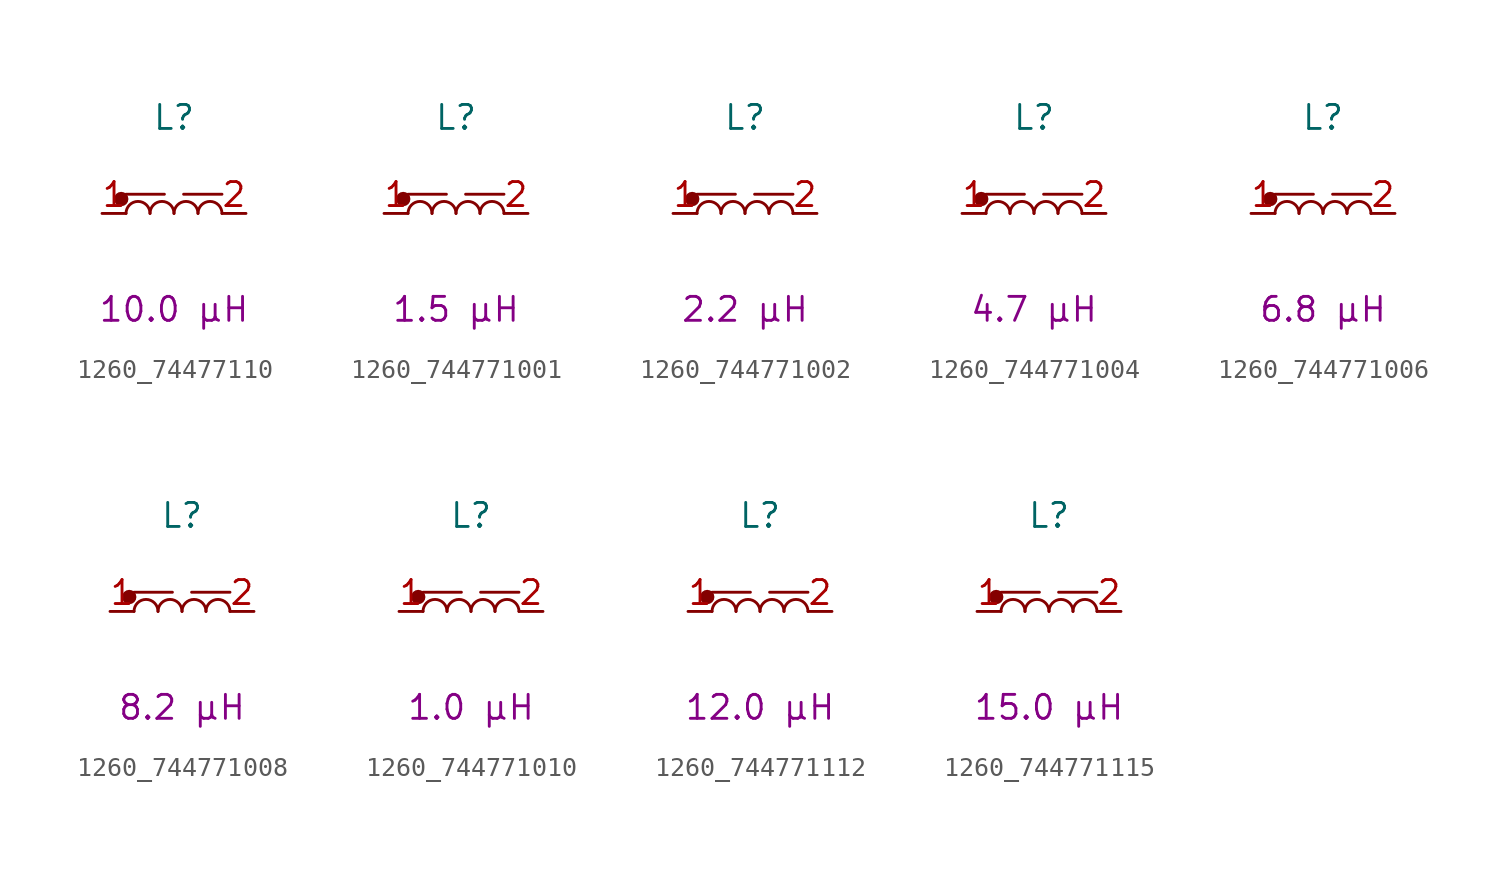
<source format=kicad_sym>
(kicad_symbol_lib
  (version 20220914)
  (generator kicad_symbol_editor)
  (symbol "1260_74477110"
    (pin_names hide)
    (property "Reference" "L"
      (at 0 5.08 0)
      (effects (font (size 1.27 1.27))))
    (property "Critical Parameter" "10.0 µH"
      (at 0 -5.08 0)
      (effects (font (size 1.27 1.27))))
    (symbol "1260_74477110_0_1"
      (arc (start -1.27 0) (mid -1.905 0.6323) (end -2.54 0) (stroke (width 0) (type default)) (fill (type none)))
      (arc (start 0 0) (mid -0.635 0.6323) (end -1.27 0) (stroke (width 0) (type default)) (fill (type none)))
      (polyline (pts (xy -2.54 1.016) (xy -0.508 1.016)) (stroke (width 0) (type default)) (fill (type none)))
      (arc (start 1.27 0) (mid 0.635 0.6323) (end 0 0) (stroke (width 0) (type default)) (fill (type none)))
      (arc (start 2.54 0) (mid 1.905 0.6323) (end 1.27 0) (stroke (width 0) (type default)) (fill (type none))))
    (symbol "1260_74477110_1_1"
      (circle (center -2.794 0.762) (radius 0.0001) (stroke (width 0.381) (type default)) (fill (type none)))
      (polyline (pts (xy 2.54 1.016) (xy 0.508 1.016)) (stroke (width 0) (type default)) (fill (type none)))
      (pin passive line (at -3.81 0 0) (length 1.27) (name "1" (effects (font (size 1.27 1.27)))) (number "1" (effects (font (size 1.27 1.27)))))
      (pin passive line (at 3.81 0 180) (length 1.27) (name "2" (effects (font (size 1.27 1.27)))) (number "2" (effects (font (size 1.27 1.27)))))))
  (symbol "1260_744771001"
    (pin_names hide)
    (property "Reference" "L"
      (at 0 5.08 0)
      (effects (font (size 1.27 1.27))))
    (property "Critical Parameter" "1.5 µH"
      (at 0 -5.08 0)
      (effects (font (size 1.27 1.27))))
    (symbol "1260_744771001_0_1"
      (arc (start -1.27 0) (mid -1.905 0.6323) (end -2.54 0) (stroke (width 0) (type default)) (fill (type none)))
      (arc (start 0 0) (mid -0.635 0.6323) (end -1.27 0) (stroke (width 0) (type default)) (fill (type none)))
      (polyline (pts (xy -2.54 1.016) (xy -0.508 1.016)) (stroke (width 0) (type default)) (fill (type none)))
      (arc (start 1.27 0) (mid 0.635 0.6323) (end 0 0) (stroke (width 0) (type default)) (fill (type none)))
      (arc (start 2.54 0) (mid 1.905 0.6323) (end 1.27 0) (stroke (width 0) (type default)) (fill (type none))))
    (symbol "1260_744771001_1_1"
      (circle (center -2.794 0.762) (radius 0.0001) (stroke (width 0.381) (type default)) (fill (type none)))
      (polyline (pts (xy 2.54 1.016) (xy 0.508 1.016)) (stroke (width 0) (type default)) (fill (type none)))
      (pin passive line (at -3.81 0 0) (length 1.27) (name "1" (effects (font (size 1.27 1.27)))) (number "1" (effects (font (size 1.27 1.27)))))
      (pin passive line (at 3.81 0 180) (length 1.27) (name "2" (effects (font (size 1.27 1.27)))) (number "2" (effects (font (size 1.27 1.27)))))))
  (symbol "1260_744771002"
    (pin_names hide)
    (property "Reference" "L"
      (at 0 5.08 0)
      (effects (font (size 1.27 1.27))))
    (property "Critical Parameter" "2.2 µH"
      (at 0 -5.08 0)
      (effects (font (size 1.27 1.27))))
    (symbol "1260_744771002_0_1"
      (arc (start -1.27 0) (mid -1.905 0.6323) (end -2.54 0) (stroke (width 0) (type default)) (fill (type none)))
      (arc (start 0 0) (mid -0.635 0.6323) (end -1.27 0) (stroke (width 0) (type default)) (fill (type none)))
      (polyline (pts (xy -2.54 1.016) (xy -0.508 1.016)) (stroke (width 0) (type default)) (fill (type none)))
      (arc (start 1.27 0) (mid 0.635 0.6323) (end 0 0) (stroke (width 0) (type default)) (fill (type none)))
      (arc (start 2.54 0) (mid 1.905 0.6323) (end 1.27 0) (stroke (width 0) (type default)) (fill (type none))))
    (symbol "1260_744771002_1_1"
      (circle (center -2.794 0.762) (radius 0.0001) (stroke (width 0.381) (type default)) (fill (type none)))
      (polyline (pts (xy 2.54 1.016) (xy 0.508 1.016)) (stroke (width 0) (type default)) (fill (type none)))
      (pin passive line (at -3.81 0 0) (length 1.27) (name "1" (effects (font (size 1.27 1.27)))) (number "1" (effects (font (size 1.27 1.27)))))
      (pin passive line (at 3.81 0 180) (length 1.27) (name "2" (effects (font (size 1.27 1.27)))) (number "2" (effects (font (size 1.27 1.27)))))))
  (symbol "1260_744771004"
    (pin_names hide)
    (property "Reference" "L"
      (at 0 5.08 0)
      (effects (font (size 1.27 1.27))))
    (property "Critical Parameter" "4.7 µH"
      (at 0 -5.08 0)
      (effects (font (size 1.27 1.27))))
    (symbol "1260_744771004_0_1"
      (arc (start -1.27 0) (mid -1.905 0.6323) (end -2.54 0) (stroke (width 0) (type default)) (fill (type none)))
      (arc (start 0 0) (mid -0.635 0.6323) (end -1.27 0) (stroke (width 0) (type default)) (fill (type none)))
      (polyline (pts (xy -2.54 1.016) (xy -0.508 1.016)) (stroke (width 0) (type default)) (fill (type none)))
      (arc (start 1.27 0) (mid 0.635 0.6323) (end 0 0) (stroke (width 0) (type default)) (fill (type none)))
      (arc (start 2.54 0) (mid 1.905 0.6323) (end 1.27 0) (stroke (width 0) (type default)) (fill (type none))))
    (symbol "1260_744771004_1_1"
      (circle (center -2.794 0.762) (radius 0.0001) (stroke (width 0.381) (type default)) (fill (type none)))
      (polyline (pts (xy 2.54 1.016) (xy 0.508 1.016)) (stroke (width 0) (type default)) (fill (type none)))
      (pin passive line (at -3.81 0 0) (length 1.27) (name "1" (effects (font (size 1.27 1.27)))) (number "1" (effects (font (size 1.27 1.27)))))
      (pin passive line (at 3.81 0 180) (length 1.27) (name "2" (effects (font (size 1.27 1.27)))) (number "2" (effects (font (size 1.27 1.27)))))))
  (symbol "1260_744771006"
    (pin_names hide)
    (property "Reference" "L"
      (at 0 5.08 0)
      (effects (font (size 1.27 1.27))))
    (property "Critical Parameter" "6.8 µH"
      (at 0 -5.08 0)
      (effects (font (size 1.27 1.27))))
    (symbol "1260_744771006_0_1"
      (arc (start -1.27 0) (mid -1.905 0.6323) (end -2.54 0) (stroke (width 0) (type default)) (fill (type none)))
      (arc (start 0 0) (mid -0.635 0.6323) (end -1.27 0) (stroke (width 0) (type default)) (fill (type none)))
      (polyline (pts (xy -2.54 1.016) (xy -0.508 1.016)) (stroke (width 0) (type default)) (fill (type none)))
      (arc (start 1.27 0) (mid 0.635 0.6323) (end 0 0) (stroke (width 0) (type default)) (fill (type none)))
      (arc (start 2.54 0) (mid 1.905 0.6323) (end 1.27 0) (stroke (width 0) (type default)) (fill (type none))))
    (symbol "1260_744771006_1_1"
      (circle (center -2.794 0.762) (radius 0.0001) (stroke (width 0.381) (type default)) (fill (type none)))
      (polyline (pts (xy 2.54 1.016) (xy 0.508 1.016)) (stroke (width 0) (type default)) (fill (type none)))
      (pin passive line (at -3.81 0 0) (length 1.27) (name "1" (effects (font (size 1.27 1.27)))) (number "1" (effects (font (size 1.27 1.27)))))
      (pin passive line (at 3.81 0 180) (length 1.27) (name "2" (effects (font (size 1.27 1.27)))) (number "2" (effects (font (size 1.27 1.27)))))))
  (symbol "1260_744771008"
    (pin_names hide)
    (property "Reference" "L"
      (at 0 5.08 0)
      (effects (font (size 1.27 1.27))))
    (property "Critical Parameter" "8.2 µH"
      (at 0 -5.08 0)
      (effects (font (size 1.27 1.27))))
    (symbol "1260_744771008_0_1"
      (arc (start -1.27 0) (mid -1.905 0.6323) (end -2.54 0) (stroke (width 0) (type default)) (fill (type none)))
      (arc (start 0 0) (mid -0.635 0.6323) (end -1.27 0) (stroke (width 0) (type default)) (fill (type none)))
      (polyline (pts (xy -2.54 1.016) (xy -0.508 1.016)) (stroke (width 0) (type default)) (fill (type none)))
      (arc (start 1.27 0) (mid 0.635 0.6323) (end 0 0) (stroke (width 0) (type default)) (fill (type none)))
      (arc (start 2.54 0) (mid 1.905 0.6323) (end 1.27 0) (stroke (width 0) (type default)) (fill (type none))))
    (symbol "1260_744771008_1_1"
      (circle (center -2.794 0.762) (radius 0.0001) (stroke (width 0.381) (type default)) (fill (type none)))
      (polyline (pts (xy 2.54 1.016) (xy 0.508 1.016)) (stroke (width 0) (type default)) (fill (type none)))
      (pin passive line (at -3.81 0 0) (length 1.27) (name "1" (effects (font (size 1.27 1.27)))) (number "1" (effects (font (size 1.27 1.27)))))
      (pin passive line (at 3.81 0 180) (length 1.27) (name "2" (effects (font (size 1.27 1.27)))) (number "2" (effects (font (size 1.27 1.27)))))))
  (symbol "1260_744771010"
    (pin_names hide)
    (property "Reference" "L"
      (at 0 5.08 0)
      (effects (font (size 1.27 1.27))))
    (property "Critical Parameter" "1.0 µH"
      (at 0 -5.08 0)
      (effects (font (size 1.27 1.27))))
    (symbol "1260_744771010_0_1"
      (arc (start -1.27 0) (mid -1.905 0.6323) (end -2.54 0) (stroke (width 0) (type default)) (fill (type none)))
      (arc (start 0 0) (mid -0.635 0.6323) (end -1.27 0) (stroke (width 0) (type default)) (fill (type none)))
      (polyline (pts (xy -2.54 1.016) (xy -0.508 1.016)) (stroke (width 0) (type default)) (fill (type none)))
      (arc (start 1.27 0) (mid 0.635 0.6323) (end 0 0) (stroke (width 0) (type default)) (fill (type none)))
      (arc (start 2.54 0) (mid 1.905 0.6323) (end 1.27 0) (stroke (width 0) (type default)) (fill (type none))))
    (symbol "1260_744771010_1_1"
      (circle (center -2.794 0.762) (radius 0.0001) (stroke (width 0.381) (type default)) (fill (type none)))
      (polyline (pts (xy 2.54 1.016) (xy 0.508 1.016)) (stroke (width 0) (type default)) (fill (type none)))
      (pin passive line (at -3.81 0 0) (length 1.27) (name "1" (effects (font (size 1.27 1.27)))) (number "1" (effects (font (size 1.27 1.27)))))
      (pin passive line (at 3.81 0 180) (length 1.27) (name "2" (effects (font (size 1.27 1.27)))) (number "2" (effects (font (size 1.27 1.27)))))))
  (symbol "1260_744771112"
    (pin_names hide)
    (property "Reference" "L"
      (at 0 5.08 0)
      (effects (font (size 1.27 1.27))))
    (property "Critical Parameter" "12.0 µH"
      (at 0 -5.08 0)
      (effects (font (size 1.27 1.27))))
    (symbol "1260_744771112_0_1"
      (arc (start -1.27 0) (mid -1.905 0.6323) (end -2.54 0) (stroke (width 0) (type default)) (fill (type none)))
      (arc (start 0 0) (mid -0.635 0.6323) (end -1.27 0) (stroke (width 0) (type default)) (fill (type none)))
      (polyline (pts (xy -2.54 1.016) (xy -0.508 1.016)) (stroke (width 0) (type default)) (fill (type none)))
      (arc (start 1.27 0) (mid 0.635 0.6323) (end 0 0) (stroke (width 0) (type default)) (fill (type none)))
      (arc (start 2.54 0) (mid 1.905 0.6323) (end 1.27 0) (stroke (width 0) (type default)) (fill (type none))))
    (symbol "1260_744771112_1_1"
      (circle (center -2.794 0.762) (radius 0.0001) (stroke (width 0.381) (type default)) (fill (type none)))
      (polyline (pts (xy 2.54 1.016) (xy 0.508 1.016)) (stroke (width 0) (type default)) (fill (type none)))
      (pin passive line (at -3.81 0 0) (length 1.27) (name "1" (effects (font (size 1.27 1.27)))) (number "1" (effects (font (size 1.27 1.27)))))
      (pin passive line (at 3.81 0 180) (length 1.27) (name "2" (effects (font (size 1.27 1.27)))) (number "2" (effects (font (size 1.27 1.27)))))))
  (symbol "1260_744771115"
    (pin_names hide)
    (property "Reference" "L"
      (at 0 5.08 0)
      (effects (font (size 1.27 1.27))))
    (property "Critical Parameter" "15.0 µH"
      (at 0 -5.08 0)
      (effects (font (size 1.27 1.27))))
    (symbol "1260_744771115_0_1"
      (arc (start -1.27 0) (mid -1.905 0.6323) (end -2.54 0) (stroke (width 0) (type default)) (fill (type none)))
      (arc (start 0 0) (mid -0.635 0.6323) (end -1.27 0) (stroke (width 0) (type default)) (fill (type none)))
      (polyline (pts (xy -2.54 1.016) (xy -0.508 1.016)) (stroke (width 0) (type default)) (fill (type none)))
      (arc (start 1.27 0) (mid 0.635 0.6323) (end 0 0) (stroke (width 0) (type default)) (fill (type none)))
      (arc (start 2.54 0) (mid 1.905 0.6323) (end 1.27 0) (stroke (width 0) (type default)) (fill (type none))))
    (symbol "1260_744771115_1_1"
      (circle (center -2.794 0.762) (radius 0.0001) (stroke (width 0.381) (type default)) (fill (type none)))
      (polyline (pts (xy 2.54 1.016) (xy 0.508 1.016)) (stroke (width 0) (type default)) (fill (type none)))
      (pin passive line (at -3.81 0 0) (length 1.27) (name "1" (effects (font (size 1.27 1.27)))) (number "1" (effects (font (size 1.27 1.27)))))
      (pin passive line (at 3.81 0 180) (length 1.27) (name "2" (effects (font (size 1.27 1.27)))) (number "2" (effects (font (size 1.27 1.27))))))))
</source>
